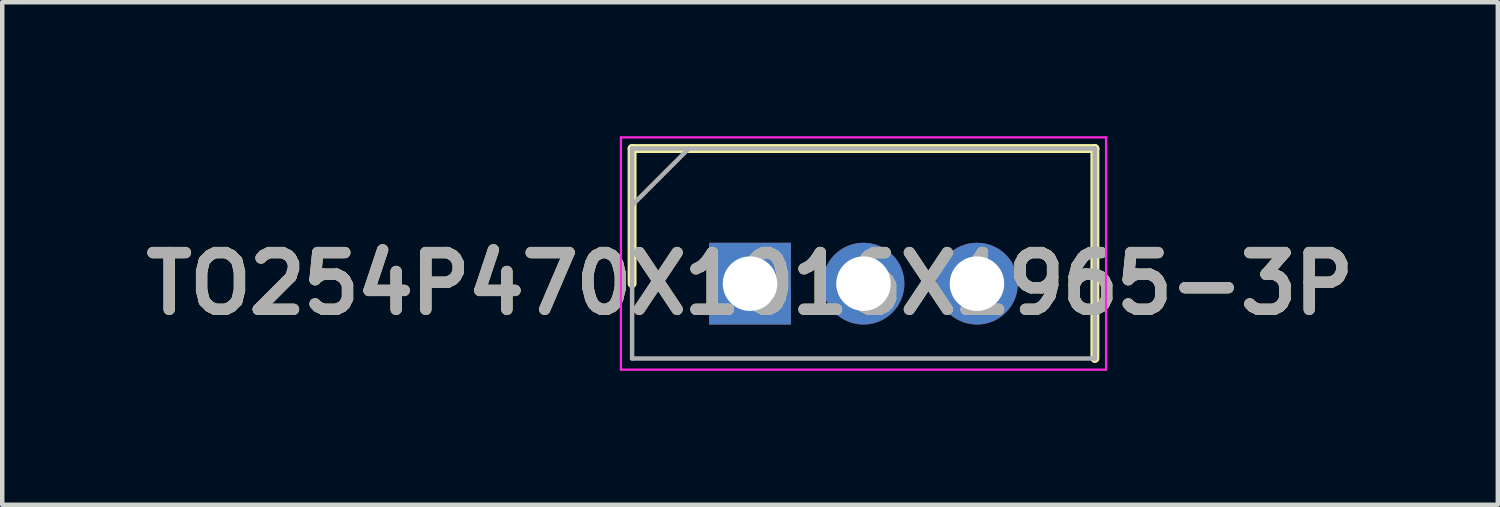
<source format=kicad_pcb>
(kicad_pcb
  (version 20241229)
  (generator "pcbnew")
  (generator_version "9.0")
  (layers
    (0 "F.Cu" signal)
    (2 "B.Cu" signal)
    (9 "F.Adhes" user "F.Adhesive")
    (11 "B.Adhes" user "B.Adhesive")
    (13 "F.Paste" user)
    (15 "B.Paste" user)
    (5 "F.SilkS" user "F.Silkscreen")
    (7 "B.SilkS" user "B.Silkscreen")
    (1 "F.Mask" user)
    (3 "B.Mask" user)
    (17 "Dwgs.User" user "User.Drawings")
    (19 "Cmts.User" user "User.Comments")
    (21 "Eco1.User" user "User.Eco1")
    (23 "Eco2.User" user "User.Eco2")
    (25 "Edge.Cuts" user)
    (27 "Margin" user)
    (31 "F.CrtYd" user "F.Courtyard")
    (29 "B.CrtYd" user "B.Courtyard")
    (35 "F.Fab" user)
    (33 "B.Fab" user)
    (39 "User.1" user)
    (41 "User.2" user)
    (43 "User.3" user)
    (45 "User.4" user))
  (footprint "TO254P470X1016X1965-3P"
    (layer "F.Cu")
    (at 13.74 3.3)
    (property "Reference" "TO254P470X1016X1965-3P" (at 0 0 0) (layer "F.SilkS") (effects (font (size 1.27 1.27) (thickness 0.254))))
    (attr through_hole)
    (fp_line (start -2.64 -3.025) (end -2.64 0) (stroke (width 0.2) (type solid)) (layer "F.SilkS"))
    (fp_line (start 7.72 -3.025) (end -2.64 -3.025) (stroke (width 0.2) (type solid)) (layer "F.SilkS"))
    (fp_line (start 7.72 1.675) (end 7.72 -3.025) (stroke (width 0.2) (type solid)) (layer "F.SilkS"))
    (fp_line (start -2.89 -3.275) (end 7.97 -3.275) (stroke (width 0.05) (type solid)) (layer "F.CrtYd"))
    (fp_line (start -2.89 1.925) (end -2.89 -3.275) (stroke (width 0.05) (type solid)) (layer "F.CrtYd"))
    (fp_line (start 7.97 -3.275) (end 7.97 1.925) (stroke (width 0.05) (type solid)) (layer "F.CrtYd"))
    (fp_line (start 7.97 1.925) (end -2.89 1.925) (stroke (width 0.05) (type solid)) (layer "F.CrtYd"))
    (fp_line (start -2.64 -3.025) (end 7.72 -3.025) (stroke (width 0.1) (type solid)) (layer "F.Fab"))
    (fp_line (start -2.64 -1.755) (end -1.37 -3.025) (stroke (width 0.1) (type solid)) (layer "F.Fab"))
    (fp_line (start -2.64 1.675) (end -2.64 -3.025) (stroke (width 0.1) (type solid)) (layer "F.Fab"))
    (fp_line (start 7.72 -3.025) (end 7.72 1.675) (stroke (width 0.1) (type solid)) (layer "F.Fab"))
    (fp_line (start 7.72 1.675) (end -2.64 1.675) (stroke (width 0.1) (type solid)) (layer "F.Fab"))
    (fp_text user "${REFERENCE}" (at 0 0 0) (layer "F.Fab") (effects (font (size 1.27 1.27) (thickness 0.254))))
    (pad "1" thru_hole rect (at 0 0) (size 1.83 1.83) (drill 1.22) (layers "*.Cu" "*.Mask"))
    (pad "2" thru_hole circle (at 2.54 0) (size 1.83 1.83) (drill 1.22) (layers "*.Cu" "*.Mask"))
    (pad "3" thru_hole circle (at 5.08 0) (size 1.83 1.83) (drill 1.22) (layers "*.Cu" "*.Mask")))
  (gr_rect
    (start -3 -3)
    (end 30.48 8.25)
    (stroke (width 0.1) (type default))
    (fill no)
    (layer "Edge.Cuts")))
</source>
